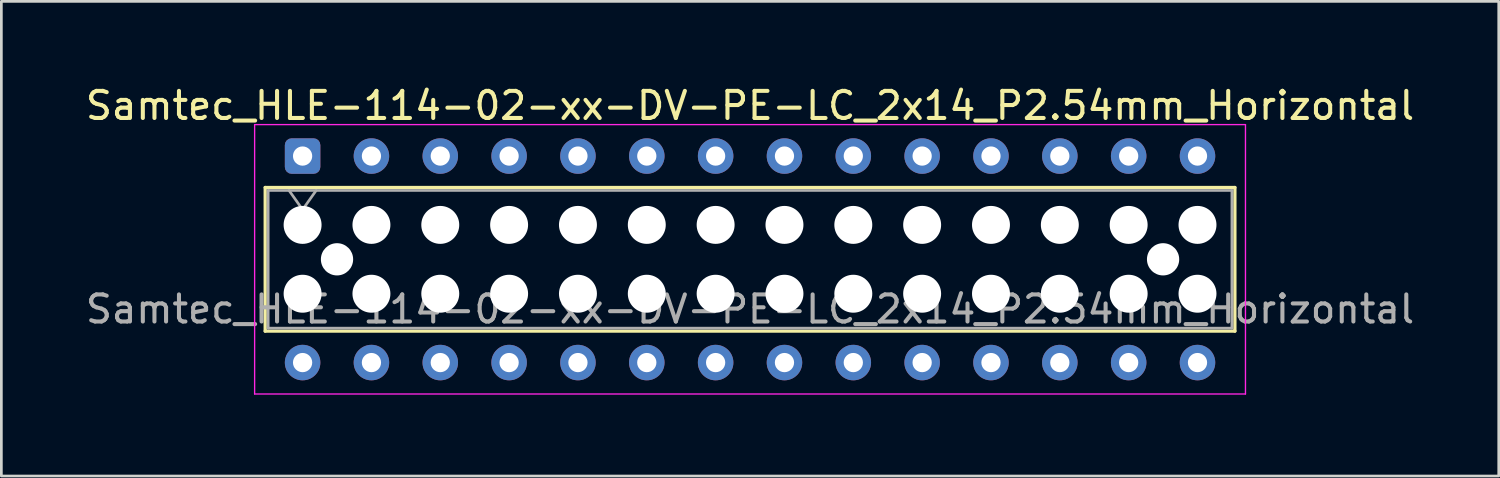
<source format=kicad_pcb>
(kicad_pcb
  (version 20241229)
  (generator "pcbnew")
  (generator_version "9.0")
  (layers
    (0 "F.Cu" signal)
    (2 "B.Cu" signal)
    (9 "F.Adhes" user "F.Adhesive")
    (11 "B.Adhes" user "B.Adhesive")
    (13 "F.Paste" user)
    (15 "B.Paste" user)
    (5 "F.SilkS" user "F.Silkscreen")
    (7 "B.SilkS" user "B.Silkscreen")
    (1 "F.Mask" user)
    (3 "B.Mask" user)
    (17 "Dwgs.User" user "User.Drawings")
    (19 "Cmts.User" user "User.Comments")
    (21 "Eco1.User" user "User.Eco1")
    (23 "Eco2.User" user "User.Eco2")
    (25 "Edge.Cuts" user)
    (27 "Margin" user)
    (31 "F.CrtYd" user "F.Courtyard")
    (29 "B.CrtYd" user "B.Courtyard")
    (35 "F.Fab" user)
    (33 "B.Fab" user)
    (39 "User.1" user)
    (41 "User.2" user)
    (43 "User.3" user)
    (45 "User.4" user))
  (footprint "Samtec_HLE-114-02-xx-DV-PE-LC_2x14_P2.54mm_Horizontal"
    (layer "F.Cu")
    (at 8.115 2.708)
    (property "Reference" "Samtec_HLE-114-02-xx-DV-PE-LC_2x14_P2.54mm_Horizontal" (at 16.51 -1.86 0) (layer "F.SilkS") (effects (font (size 1 1) (thickness 0.15))))
    (attr through_hole)
    (fp_line (start -1.38 1.16) (end 34.4 1.16) (stroke (width 0.12) (type solid)) (layer "F.SilkS"))
    (fp_line (start -1.38 6.46) (end -1.38 1.16) (stroke (width 0.12) (type solid)) (layer "F.SilkS"))
    (fp_line (start 34.4 1.16) (end 34.4 6.46) (stroke (width 0.12) (type solid)) (layer "F.SilkS"))
    (fp_line (start 34.4 6.46) (end -1.38 6.46) (stroke (width 0.12) (type solid)) (layer "F.SilkS"))
    (fp_line (start -1.77 -1.16) (end 34.79 -1.16) (stroke (width 0.05) (type solid)) (layer "F.CrtYd"))
    (fp_line (start -1.77 8.78) (end -1.77 -1.16) (stroke (width 0.05) (type solid)) (layer "F.CrtYd"))
    (fp_line (start 34.79 -1.16) (end 34.79 8.78) (stroke (width 0.05) (type solid)) (layer "F.CrtYd"))
    (fp_line (start 34.79 8.78) (end -1.77 8.78) (stroke (width 0.05) (type solid)) (layer "F.CrtYd"))
    (fp_line (start -1.27 1.27) (end 34.29 1.27) (stroke (width 0.1) (type solid)) (layer "F.Fab"))
    (fp_line (start -1.27 6.35) (end -1.27 1.27) (stroke (width 0.1) (type solid)) (layer "F.Fab"))
    (fp_line (start -0.5 1.27) (end 0 1.977) (stroke (width 0.1) (type solid)) (layer "F.Fab"))
    (fp_line (start 0 1.977) (end 0.5 1.27) (stroke (width 0.1) (type solid)) (layer "F.Fab"))
    (fp_line (start 34.29 1.27) (end 34.29 6.35) (stroke (width 0.1) (type solid)) (layer "F.Fab"))
    (fp_line (start 34.29 6.35) (end -1.27 6.35) (stroke (width 0.1) (type solid)) (layer "F.Fab"))
    (fp_text user "${REFERENCE}" (at 16.51 5.65 0) (layer "F.Fab") (effects (font (size 1 1) (thickness 0.15))))
    (pad "" np_thru_hole circle (at 0 2.54) (size 1.4 1.4) (drill 1.4) (layers "*.Cu" "*.Mask"))
    (pad "" np_thru_hole circle (at 0 5.08) (size 1.4 1.4) (drill 1.4) (layers "*.Cu" "*.Mask"))
    (pad "" np_thru_hole circle (at 1.27 3.81) (size 1.19 1.19) (drill 1.19) (layers "*.Cu" "*.Mask"))
    (pad "" np_thru_hole circle (at 2.54 2.54) (size 1.4 1.4) (drill 1.4) (layers "*.Cu" "*.Mask"))
    (pad "" np_thru_hole circle (at 2.54 5.08) (size 1.4 1.4) (drill 1.4) (layers "*.Cu" "*.Mask"))
    (pad "" np_thru_hole circle (at 5.08 2.54) (size 1.4 1.4) (drill 1.4) (layers "*.Cu" "*.Mask"))
    (pad "" np_thru_hole circle (at 5.08 5.08) (size 1.4 1.4) (drill 1.4) (layers "*.Cu" "*.Mask"))
    (pad "" np_thru_hole circle (at 7.62 2.54) (size 1.4 1.4) (drill 1.4) (layers "*.Cu" "*.Mask"))
    (pad "" np_thru_hole circle (at 7.62 5.08) (size 1.4 1.4) (drill 1.4) (layers "*.Cu" "*.Mask"))
    (pad "" np_thru_hole circle (at 10.16 2.54) (size 1.4 1.4) (drill 1.4) (layers "*.Cu" "*.Mask"))
    (pad "" np_thru_hole circle (at 10.16 5.08) (size 1.4 1.4) (drill 1.4) (layers "*.Cu" "*.Mask"))
    (pad "" np_thru_hole circle (at 12.7 2.54) (size 1.4 1.4) (drill 1.4) (layers "*.Cu" "*.Mask"))
    (pad "" np_thru_hole circle (at 12.7 5.08) (size 1.4 1.4) (drill 1.4) (layers "*.Cu" "*.Mask"))
    (pad "" np_thru_hole circle (at 15.24 2.54) (size 1.4 1.4) (drill 1.4) (layers "*.Cu" "*.Mask"))
    (pad "" np_thru_hole circle (at 15.24 5.08) (size 1.4 1.4) (drill 1.4) (layers "*.Cu" "*.Mask"))
    (pad "" np_thru_hole circle (at 17.78 2.54) (size 1.4 1.4) (drill 1.4) (layers "*.Cu" "*.Mask"))
    (pad "" np_thru_hole circle (at 17.78 5.08) (size 1.4 1.4) (drill 1.4) (layers "*.Cu" "*.Mask"))
    (pad "" np_thru_hole circle (at 20.32 2.54) (size 1.4 1.4) (drill 1.4) (layers "*.Cu" "*.Mask"))
    (pad "" np_thru_hole circle (at 20.32 5.08) (size 1.4 1.4) (drill 1.4) (layers "*.Cu" "*.Mask"))
    (pad "" np_thru_hole circle (at 22.86 2.54) (size 1.4 1.4) (drill 1.4) (layers "*.Cu" "*.Mask"))
    (pad "" np_thru_hole circle (at 22.86 5.08) (size 1.4 1.4) (drill 1.4) (layers "*.Cu" "*.Mask"))
    (pad "" np_thru_hole circle (at 25.4 2.54) (size 1.4 1.4) (drill 1.4) (layers "*.Cu" "*.Mask"))
    (pad "" np_thru_hole circle (at 25.4 5.08) (size 1.4 1.4) (drill 1.4) (layers "*.Cu" "*.Mask"))
    (pad "" np_thru_hole circle (at 27.94 2.54) (size 1.4 1.4) (drill 1.4) (layers "*.Cu" "*.Mask"))
    (pad "" np_thru_hole circle (at 27.94 5.08) (size 1.4 1.4) (drill 1.4) (layers "*.Cu" "*.Mask"))
    (pad "" np_thru_hole circle (at 30.48 2.54) (size 1.4 1.4) (drill 1.4) (layers "*.Cu" "*.Mask"))
    (pad "" np_thru_hole circle (at 30.48 5.08) (size 1.4 1.4) (drill 1.4) (layers "*.Cu" "*.Mask"))
    (pad "" np_thru_hole circle (at 31.75 3.81) (size 1.19 1.19) (drill 1.19) (layers "*.Cu" "*.Mask"))
    (pad "" np_thru_hole circle (at 33.02 2.54) (size 1.4 1.4) (drill 1.4) (layers "*.Cu" "*.Mask"))
    (pad "" np_thru_hole circle (at 33.02 5.08) (size 1.4 1.4) (drill 1.4) (layers "*.Cu" "*.Mask"))
    (pad "1" thru_hole roundrect (at 0 0) (size 1.31 1.31) (drill 0.71) (layers "*.Cu" "*.Mask") (roundrect_rratio 0.191))
    (pad "2" thru_hole circle (at 0 7.62) (size 1.31 1.31) (drill 0.71) (layers "*.Cu" "*.Mask"))
    (pad "3" thru_hole circle (at 2.54 0) (size 1.31 1.31) (drill 0.71) (layers "*.Cu" "*.Mask"))
    (pad "4" thru_hole circle (at 2.54 7.62) (size 1.31 1.31) (drill 0.71) (layers "*.Cu" "*.Mask"))
    (pad "5" thru_hole circle (at 5.08 0) (size 1.31 1.31) (drill 0.71) (layers "*.Cu" "*.Mask"))
    (pad "6" thru_hole circle (at 5.08 7.62) (size 1.31 1.31) (drill 0.71) (layers "*.Cu" "*.Mask"))
    (pad "7" thru_hole circle (at 7.62 0) (size 1.31 1.31) (drill 0.71) (layers "*.Cu" "*.Mask"))
    (pad "8" thru_hole circle (at 7.62 7.62) (size 1.31 1.31) (drill 0.71) (layers "*.Cu" "*.Mask"))
    (pad "9" thru_hole circle (at 10.16 0) (size 1.31 1.31) (drill 0.71) (layers "*.Cu" "*.Mask"))
    (pad "10" thru_hole circle (at 10.16 7.62) (size 1.31 1.31) (drill 0.71) (layers "*.Cu" "*.Mask"))
    (pad "11" thru_hole circle (at 12.7 0) (size 1.31 1.31) (drill 0.71) (layers "*.Cu" "*.Mask"))
    (pad "12" thru_hole circle (at 12.7 7.62) (size 1.31 1.31) (drill 0.71) (layers "*.Cu" "*.Mask"))
    (pad "13" thru_hole circle (at 15.24 0) (size 1.31 1.31) (drill 0.71) (layers "*.Cu" "*.Mask"))
    (pad "14" thru_hole circle (at 15.24 7.62) (size 1.31 1.31) (drill 0.71) (layers "*.Cu" "*.Mask"))
    (pad "15" thru_hole circle (at 17.78 0) (size 1.31 1.31) (drill 0.71) (layers "*.Cu" "*.Mask"))
    (pad "16" thru_hole circle (at 17.78 7.62) (size 1.31 1.31) (drill 0.71) (layers "*.Cu" "*.Mask"))
    (pad "17" thru_hole circle (at 20.32 0) (size 1.31 1.31) (drill 0.71) (layers "*.Cu" "*.Mask"))
    (pad "18" thru_hole circle (at 20.32 7.62) (size 1.31 1.31) (drill 0.71) (layers "*.Cu" "*.Mask"))
    (pad "19" thru_hole circle (at 22.86 0) (size 1.31 1.31) (drill 0.71) (layers "*.Cu" "*.Mask"))
    (pad "20" thru_hole circle (at 22.86 7.62) (size 1.31 1.31) (drill 0.71) (layers "*.Cu" "*.Mask"))
    (pad "21" thru_hole circle (at 25.4 0) (size 1.31 1.31) (drill 0.71) (layers "*.Cu" "*.Mask"))
    (pad "22" thru_hole circle (at 25.4 7.62) (size 1.31 1.31) (drill 0.71) (layers "*.Cu" "*.Mask"))
    (pad "23" thru_hole circle (at 27.94 0) (size 1.31 1.31) (drill 0.71) (layers "*.Cu" "*.Mask"))
    (pad "24" thru_hole circle (at 27.94 7.62) (size 1.31 1.31) (drill 0.71) (layers "*.Cu" "*.Mask"))
    (pad "25" thru_hole circle (at 30.48 0) (size 1.31 1.31) (drill 0.71) (layers "*.Cu" "*.Mask"))
    (pad "26" thru_hole circle (at 30.48 7.62) (size 1.31 1.31) (drill 0.71) (layers "*.Cu" "*.Mask"))
    (pad "27" thru_hole circle (at 33.02 0) (size 1.31 1.31) (drill 0.71) (layers "*.Cu" "*.Mask"))
    (pad "28" thru_hole circle (at 33.02 7.62) (size 1.31 1.31) (drill 0.71) (layers "*.Cu" "*.Mask")))
  (gr_rect
    (start -3 -3)
    (end 52.25 14.513)
    (stroke (width 0.1) (type default))
    (fill no)
    (layer "Edge.Cuts")))
</source>
